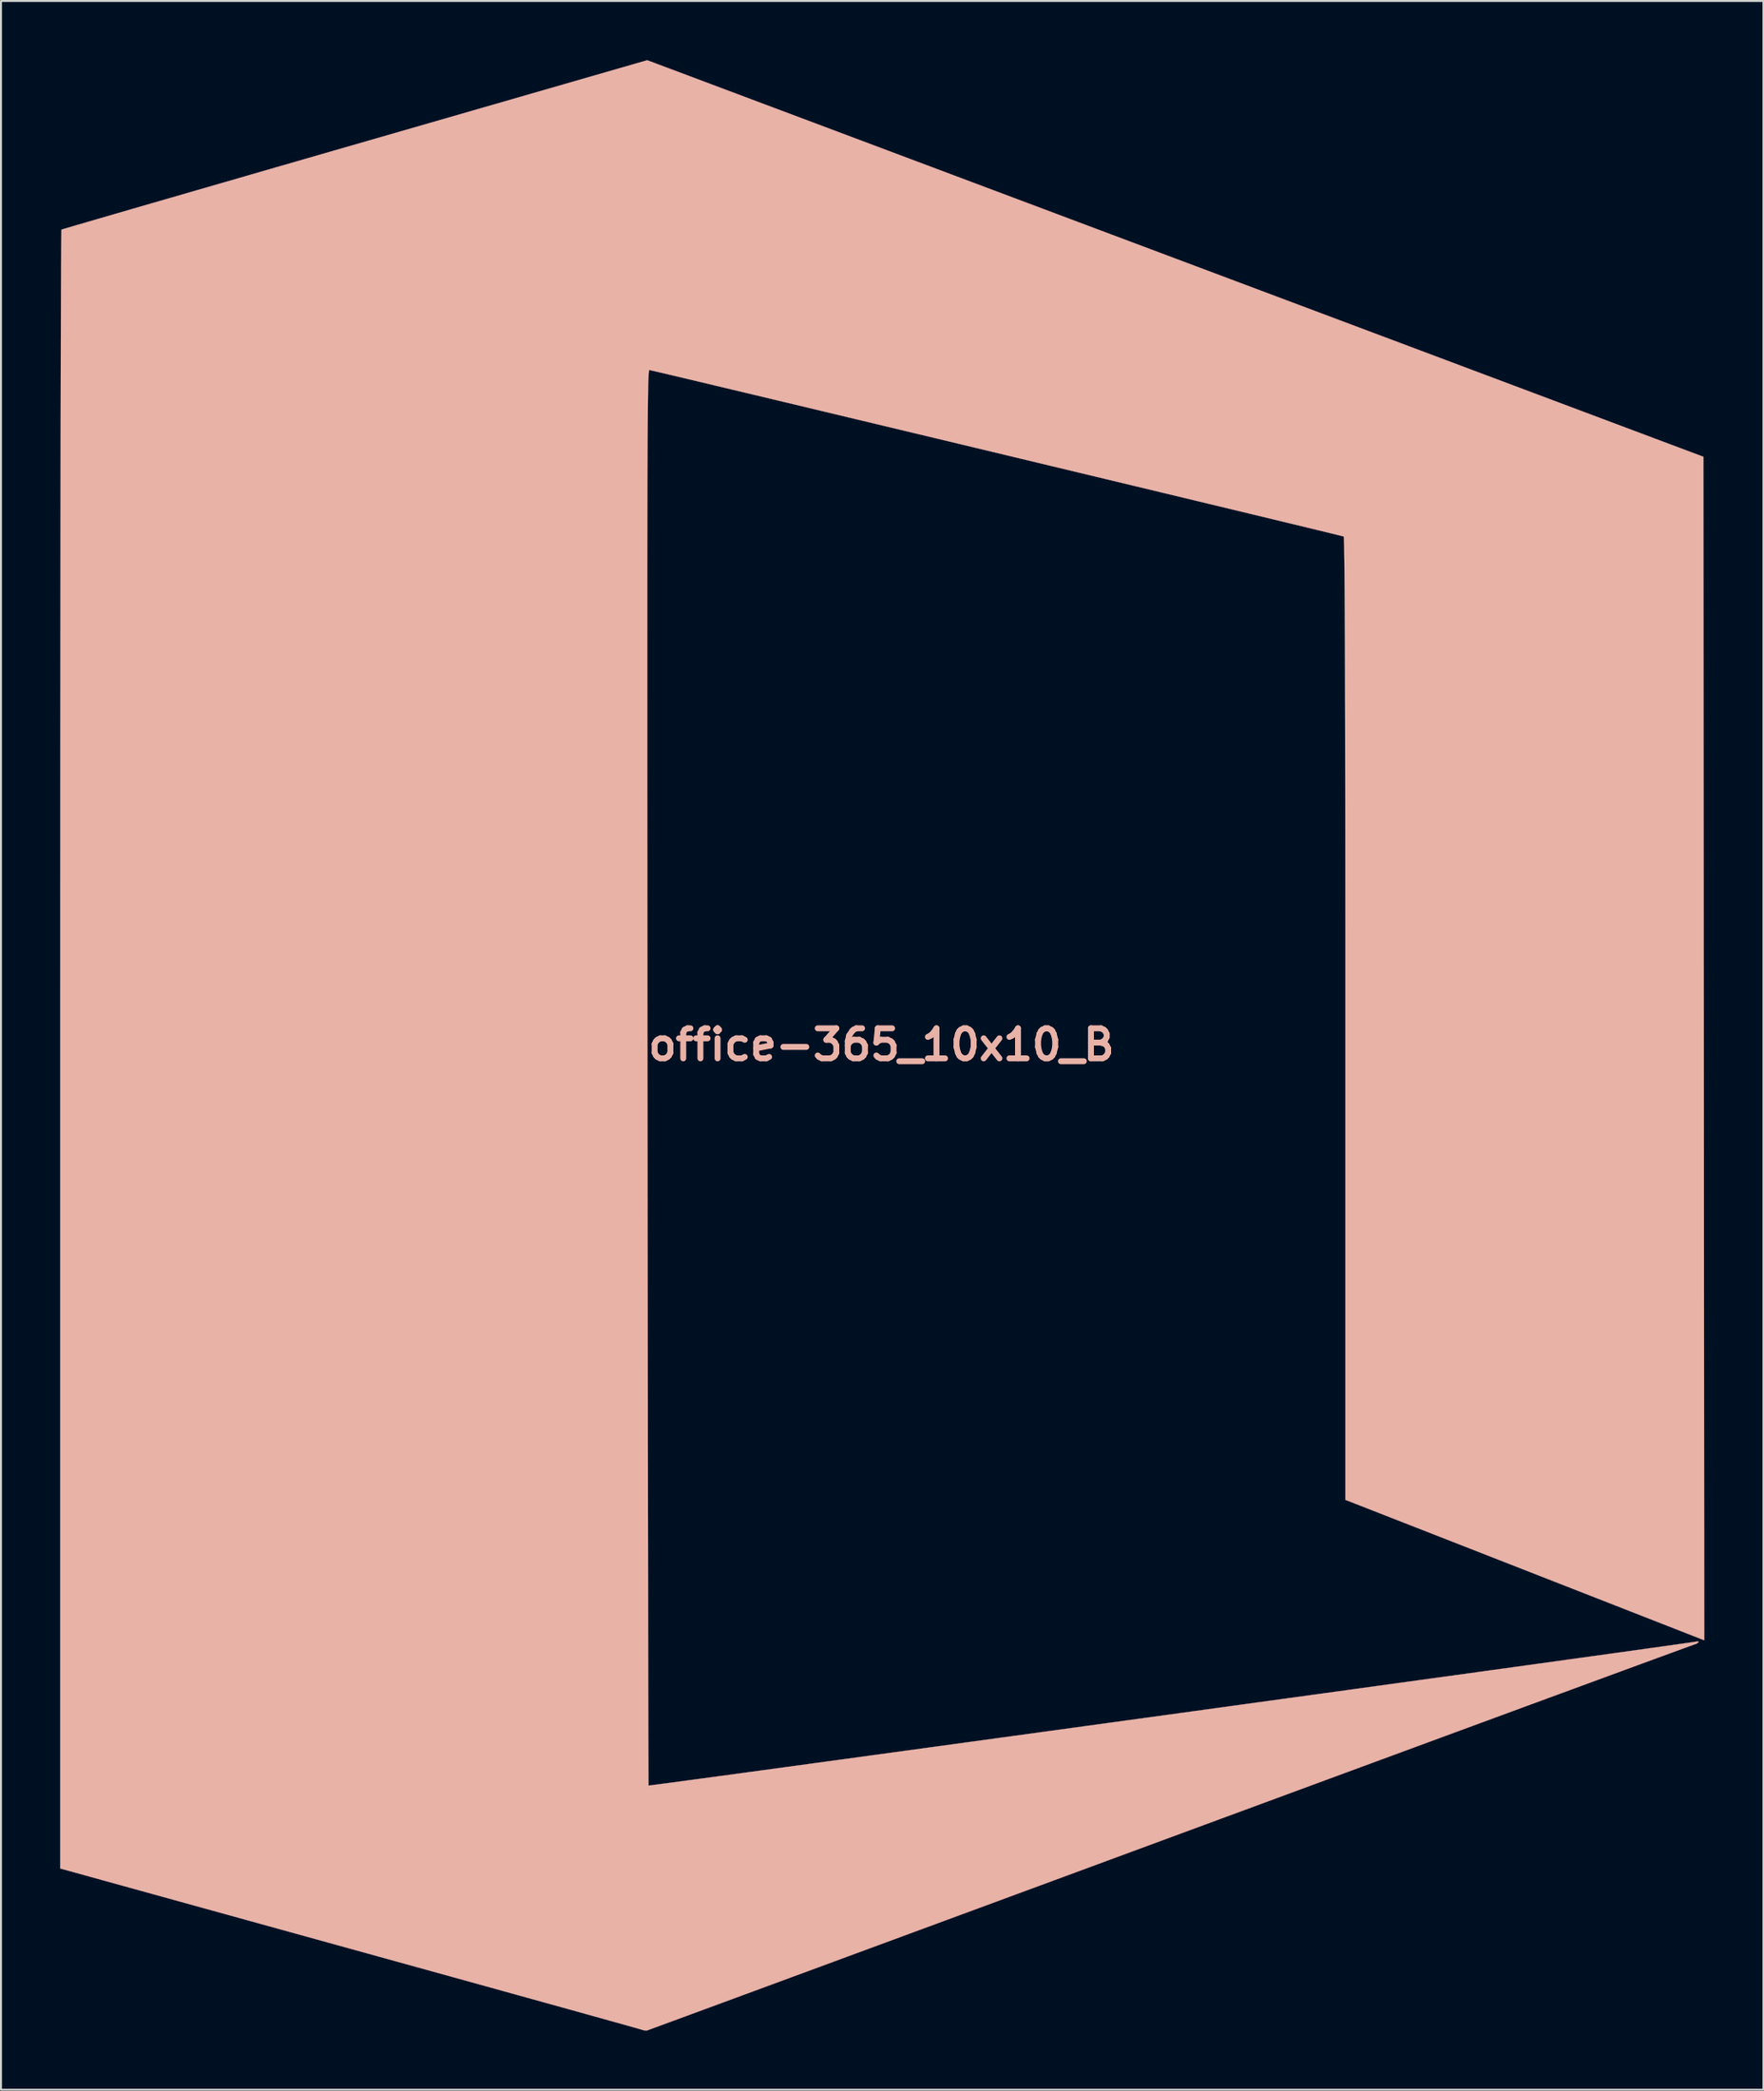
<source format=kicad_pcb>
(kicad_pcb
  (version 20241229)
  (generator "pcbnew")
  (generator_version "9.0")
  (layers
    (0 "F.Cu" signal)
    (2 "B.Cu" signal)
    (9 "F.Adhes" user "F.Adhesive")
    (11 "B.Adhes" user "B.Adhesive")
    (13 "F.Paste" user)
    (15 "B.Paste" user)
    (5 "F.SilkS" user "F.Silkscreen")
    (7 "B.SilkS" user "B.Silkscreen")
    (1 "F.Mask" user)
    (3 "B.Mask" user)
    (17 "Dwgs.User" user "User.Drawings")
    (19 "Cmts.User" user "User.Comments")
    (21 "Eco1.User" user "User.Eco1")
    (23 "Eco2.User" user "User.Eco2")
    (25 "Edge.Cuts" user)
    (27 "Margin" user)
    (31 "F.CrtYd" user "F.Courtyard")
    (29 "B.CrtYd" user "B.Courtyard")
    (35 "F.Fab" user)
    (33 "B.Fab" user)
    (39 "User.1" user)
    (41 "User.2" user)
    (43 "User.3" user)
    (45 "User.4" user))
  (footprint "office-365_10x10_B"
    (layer "F.Cu")
    (at 41.661 49.945)
    (property "Reference" "office-365_10x10_B" (at 0 0 0) (layer "B.SilkS") (effects (font (size 1.524 1.524) (thickness 0.3))))
    (attr through_hole)
    (fp_poly (pts (xy 14.909 -39.882) (xy 41.698 -29.825) (xy 41.72 0.191) (xy 41.741 30.207) (xy 39.645 29.386) (xy 39.242 29.228) (xy 38.698 29.015) (xy 38.028 28.753) (xy 37.249 28.448) (xy 36.376 28.106) (xy 35.427 27.735) (xy 34.416 27.34) (xy 33.361 26.927) (xy 32.277 26.503) (xy 31.181 26.074) (xy 30.544 25.824) (xy 23.537 23.084) (xy 23.537 -1.322) (xy 23.537 -4.077) (xy 23.536 -6.67) (xy 23.535 -9.099) (xy 23.533 -11.366) (xy 23.53 -13.468) (xy 23.527 -15.407) (xy 23.523 -17.181) (xy 23.519 -18.791) (xy 23.514 -20.234) (xy 23.508 -21.513) (xy 23.502 -22.624) (xy 23.495 -23.57) (xy 23.488 -24.348) (xy 23.48 -24.958) (xy 23.472 -25.401) (xy 23.463 -25.675) (xy 23.454 -25.78) (xy 23.453 -25.781) (xy 23.366 -25.804) (xy 23.124 -25.864) (xy 22.735 -25.959) (xy 22.21 -26.087) (xy 21.556 -26.246) (xy 20.784 -26.432) (xy 19.903 -26.645) (xy 18.921 -26.882) (xy 17.849 -27.14) (xy 16.695 -27.418) (xy 15.468 -27.713) (xy 14.179 -28.023) (xy 12.835 -28.346) (xy 11.446 -28.679) (xy 10.022 -29.021) (xy 8.572 -29.369) (xy 7.104 -29.721) (xy 5.629 -30.075) (xy 4.155 -30.429) (xy 2.691 -30.779) (xy 1.247 -31.125) (xy -0.168 -31.464) (xy -1.544 -31.793) (xy -2.874 -32.111) (xy -4.146 -32.416) (xy -5.353 -32.704) (xy -6.484 -32.974) (xy -7.532 -33.224) (xy -8.485 -33.451) (xy -9.336 -33.654) (xy -10.075 -33.83) (xy -10.693 -33.976) (xy -11.18 -34.091) (xy -11.527 -34.172) (xy -11.726 -34.218) (xy -11.769 -34.227) (xy -11.779 -34.215) (xy -11.789 -34.175) (xy -11.798 -34.101) (xy -11.807 -33.988) (xy -11.815 -33.832) (xy -11.823 -33.629) (xy -11.83 -33.374) (xy -11.836 -33.061) (xy -11.842 -32.688) (xy -11.847 -32.248) (xy -11.852 -31.738) (xy -11.857 -31.152) (xy -11.861 -30.486) (xy -11.864 -29.736) (xy -11.868 -28.897) (xy -11.87 -27.965) (xy -11.872 -26.933) (xy -11.874 -25.799) (xy -11.876 -24.558) (xy -11.877 -23.204) (xy -11.877 -21.734) (xy -11.878 -20.142) (xy -11.878 -18.425) (xy -11.877 -16.576) (xy -11.877 -14.593) (xy -11.876 -12.47) (xy -11.874 -10.202) (xy -11.873 -7.786) (xy -11.871 -5.216) (xy -11.869 -2.487) (xy -11.867 0.404) (xy -11.866 1.651) (xy -11.863 4.107) (xy -11.861 6.521) (xy -11.859 8.885) (xy -11.857 11.196) (xy -11.854 13.447) (xy -11.852 15.634) (xy -11.849 17.749) (xy -11.847 19.789) (xy -11.844 21.747) (xy -11.842 23.617) (xy -11.839 25.396) (xy -11.837 27.076) (xy -11.834 28.652) (xy -11.832 30.119) (xy -11.829 31.472) (xy -11.827 32.705) (xy -11.824 33.811) (xy -11.822 34.787) (xy -11.819 35.626) (xy -11.817 36.323) (xy -11.815 36.872) (xy -11.813 37.267) (xy -11.811 37.505) (xy -11.809 37.578) (xy -11.725 37.569) (xy -11.48 37.537) (xy -11.083 37.485) (xy -10.541 37.413) (xy -9.862 37.321) (xy -9.055 37.212) (xy -8.125 37.086) (xy -7.082 36.945) (xy -5.932 36.788) (xy -4.684 36.618) (xy -3.346 36.435) (xy -1.924 36.241) (xy -0.427 36.036) (xy 1.138 35.822) (xy 2.763 35.6) (xy 4.44 35.37) (xy 6.162 35.134) (xy 7.92 34.893) (xy 9.708 34.648) (xy 11.517 34.399) (xy 13.34 34.149) (xy 15.169 33.898) (xy 16.997 33.646) (xy 18.815 33.396) (xy 20.616 33.148) (xy 22.393 32.904) (xy 24.137 32.664) (xy 25.841 32.429) (xy 27.497 32.2) (xy 29.098 31.98) (xy 30.636 31.767) (xy 32.102 31.565) (xy 33.49 31.373) (xy 34.792 31.192) (xy 36 31.025) (xy 37.106 30.871) (xy 38.103 30.733) (xy 38.983 30.61) (xy 39.738 30.504) (xy 40.36 30.416) (xy 40.843 30.348) (xy 41.177 30.3) (xy 41.356 30.273) (xy 41.385 30.267) (xy 41.455 30.276) (xy 41.444 30.312) (xy 41.335 30.392) (xy 41.311 30.395) (xy 41.227 30.424) (xy 40.989 30.51) (xy 40.604 30.65) (xy 40.078 30.842) (xy 39.416 31.084) (xy 38.625 31.374) (xy 37.71 31.71) (xy 36.677 32.09) (xy 35.532 32.511) (xy 34.28 32.971) (xy 32.928 33.468) (xy 31.482 34.001) (xy 29.947 34.566) (xy 28.329 35.162) (xy 26.634 35.787) (xy 24.868 36.438) (xy 23.036 37.114) (xy 21.145 37.811) (xy 19.2 38.529) (xy 17.207 39.264) (xy 15.173 40.015) (xy 14.71 40.186) (xy 12.666 40.94) (xy 10.664 41.68) (xy 8.707 42.402) (xy 6.804 43.104) (xy 4.958 43.786) (xy 3.176 44.443) (xy 1.464 45.075) (xy -0.172 45.679) (xy -1.726 46.252) (xy -3.193 46.794) (xy -4.567 47.3) (xy -5.842 47.771) (xy -7.012 48.202) (xy -8.07 48.593) (xy -9.013 48.94) (xy -9.833 49.243) (xy -10.524 49.497) (xy -11.082 49.703) (xy -11.499 49.856) (xy -11.77 49.956) (xy -11.89 50) (xy -11.896 50.002) (xy -12.037 49.995) (xy -12.15 49.962) (xy -12.248 49.932) (xy -12.501 49.86) (xy -12.901 49.748) (xy -13.439 49.597) (xy -14.107 49.411) (xy -14.897 49.191) (xy -15.801 48.939) (xy -16.81 48.659) (xy -17.916 48.352) (xy -19.111 48.021) (xy -20.386 47.667) (xy -21.734 47.294) (xy -23.145 46.903) (xy -24.612 46.497) (xy -26.126 46.078) (xy -26.988 45.84) (xy -41.656 41.783) (xy -41.656 0.238) (xy -41.656 -2.406) (xy -41.655 -5.007) (xy -41.655 -7.561) (xy -41.654 -10.062) (xy -41.653 -12.505) (xy -41.652 -14.885) (xy -41.65 -17.197) (xy -41.648 -19.435) (xy -41.646 -21.595) (xy -41.644 -23.671) (xy -41.642 -25.658) (xy -41.64 -27.552) (xy -41.637 -29.347) (xy -41.634 -31.037) (xy -41.631 -32.619) (xy -41.628 -34.086) (xy -41.625 -35.434) (xy -41.621 -36.657) (xy -41.618 -37.75) (xy -41.614 -38.709) (xy -41.611 -39.527) (xy -41.607 -40.201) (xy -41.603 -40.724) (xy -41.599 -41.092) (xy -41.595 -41.3) (xy -41.592 -41.347) (xy -41.505 -41.374) (xy -41.264 -41.446) (xy -40.876 -41.56) (xy -40.35 -41.713) (xy -39.694 -41.905) (xy -38.915 -42.131) (xy -38.023 -42.39) (xy -37.024 -42.68) (xy -35.928 -42.997) (xy -34.742 -43.341) (xy -33.474 -43.707) (xy -32.133 -44.095) (xy -30.727 -44.502) (xy -29.264 -44.924) (xy -27.751 -45.361) (xy -26.704 -45.663) (xy -11.88 -49.94) (xy 14.909 -39.882)) (stroke (width 0.01) (type solid)) (fill yes) (layer "B.SilkS")))
  (gr_rect
    (start -3 -3)
    (end 86.407 102.952)
    (stroke (width 0.1) (type default))
    (fill no)
    (layer "Edge.Cuts")))
</source>
